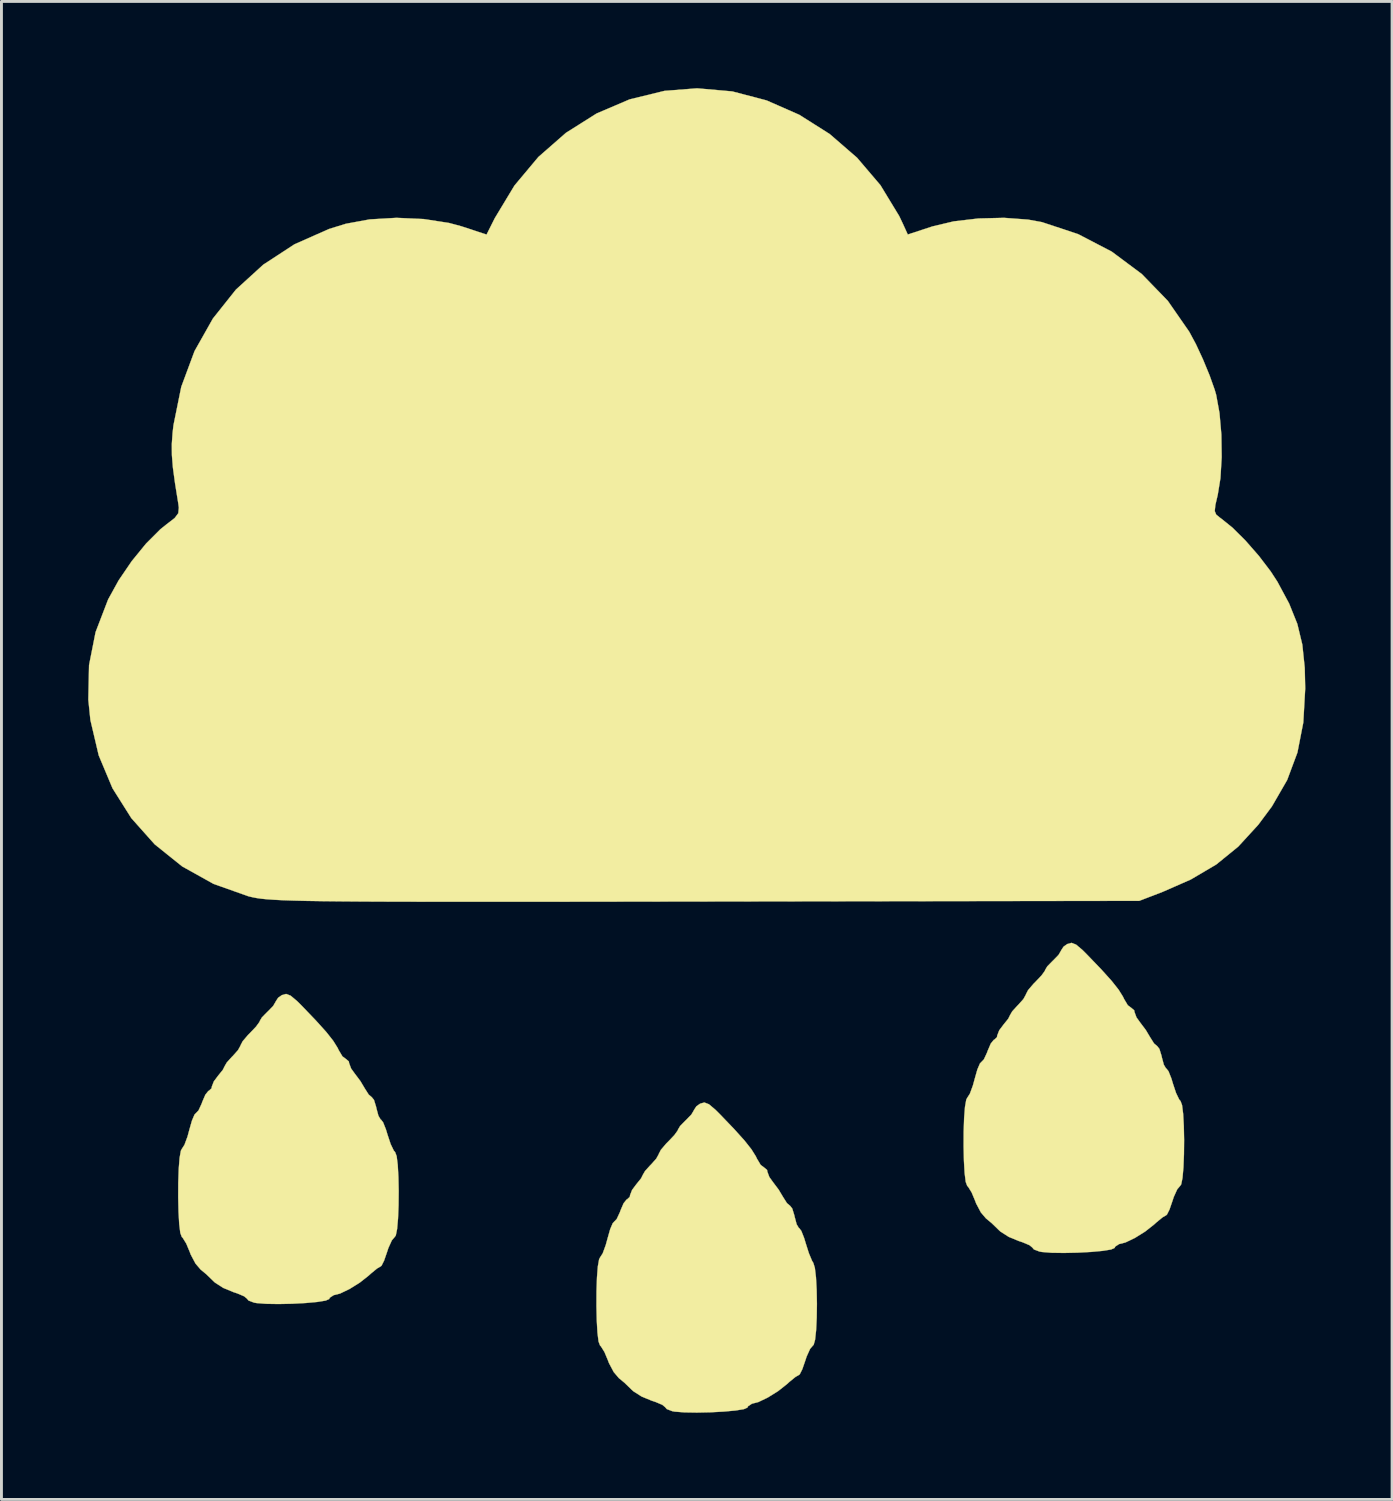
<source format=kicad_pcb>
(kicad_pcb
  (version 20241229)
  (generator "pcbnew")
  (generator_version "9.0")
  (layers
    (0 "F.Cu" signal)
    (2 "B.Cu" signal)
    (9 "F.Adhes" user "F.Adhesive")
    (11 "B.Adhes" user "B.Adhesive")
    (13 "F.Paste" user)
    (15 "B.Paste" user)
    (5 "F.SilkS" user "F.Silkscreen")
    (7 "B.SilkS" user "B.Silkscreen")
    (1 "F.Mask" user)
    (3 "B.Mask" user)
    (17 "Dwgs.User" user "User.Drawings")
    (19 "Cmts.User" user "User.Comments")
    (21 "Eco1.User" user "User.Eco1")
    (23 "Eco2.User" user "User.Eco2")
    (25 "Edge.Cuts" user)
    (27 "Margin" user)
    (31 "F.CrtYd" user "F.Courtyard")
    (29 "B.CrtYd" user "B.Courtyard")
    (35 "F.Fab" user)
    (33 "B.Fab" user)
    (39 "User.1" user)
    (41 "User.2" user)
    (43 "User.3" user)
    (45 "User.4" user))
  (footprint "RinCloudFilled"
    (layer "F.Cu")
    (at 21.283 23.417)
    (property "Reference" "RinCloudFilled" (at 0 0 0) (layer "F.SilkS") (effects (font (size 1.524 1.524) (thickness 0.3))))
    (attr through_hole)
    (fp_poly (pts (xy 0.995 -23.305) (xy 2.182 -22.994) (xy 3.315 -22.496) (xy 4.367 -21.83) (xy 5.311 -21.013) (xy 6.121 -20.062) (xy 6.771 -18.993) (xy 6.883 -18.758) (xy 7.067 -18.355) (xy 7.923 -18.636) (xy 8.657 -18.81) (xy 9.511 -18.91) (xy 10.397 -18.932) (xy 11.226 -18.871) (xy 11.706 -18.784) (xy 12.962 -18.367) (xy 14.121 -17.764) (xy 15.16 -16.99) (xy 16.061 -16.061) (xy 16.802 -14.993) (xy 17.035 -14.56) (xy 17.28 -14.031) (xy 17.507 -13.481) (xy 17.68 -12.995) (xy 17.734 -12.81) (xy 17.849 -12.179) (xy 17.914 -11.433) (xy 17.925 -10.655) (xy 17.882 -9.928) (xy 17.789 -9.355) (xy 17.706 -8.998) (xy 17.685 -8.789) (xy 17.736 -8.665) (xy 17.867 -8.559) (xy 17.899 -8.537) (xy 18.298 -8.216) (xy 18.753 -7.763) (xy 19.211 -7.239) (xy 19.62 -6.703) (xy 19.852 -6.346) (xy 20.259 -5.588) (xy 20.541 -4.887) (xy 20.714 -4.17) (xy 20.798 -3.365) (xy 20.814 -2.65) (xy 20.748 -1.476) (xy 20.545 -0.438) (xy 20.19 0.513) (xy 19.663 1.426) (xy 19.19 2.062) (xy 18.499 2.816) (xy 17.738 3.435) (xy 16.856 3.955) (xy 15.885 4.381) (xy 15.074 4.693) (xy 0.055 4.716) (xy -2.072 4.719) (xy -3.989 4.722) (xy -5.709 4.724) (xy -7.242 4.724) (xy -8.601 4.724) (xy -9.796 4.723) (xy -10.84 4.721) (xy -11.743 4.717) (xy -12.518 4.711) (xy -13.175 4.704) (xy -13.727 4.695) (xy -14.184 4.684) (xy -14.559 4.671) (xy -14.862 4.655) (xy -15.106 4.638) (xy -15.302 4.618) (xy -15.461 4.595) (xy -15.595 4.569) (xy -15.715 4.541) (xy -15.752 4.531) (xy -16.948 4.106) (xy -18.03 3.503) (xy -18.983 2.738) (xy -19.791 1.831) (xy -20.441 0.8) (xy -20.918 -0.337) (xy -21.206 -1.561) (xy -21.278 -2.264) (xy -21.253 -3.46) (xy -21.027 -4.602) (xy -20.593 -5.732) (xy -20.228 -6.394) (xy -19.774 -7.06) (xy -19.277 -7.669) (xy -18.786 -8.16) (xy -18.563 -8.338) (xy -18.291 -8.548) (xy -18.166 -8.714) (xy -18.147 -8.908) (xy -18.167 -9.056) (xy -18.279 -9.754) (xy -18.352 -10.292) (xy -18.387 -10.724) (xy -18.39 -11.106) (xy -18.363 -11.494) (xy -18.332 -11.761) (xy -18.063 -13.087) (xy -17.604 -14.322) (xy -16.969 -15.448) (xy -16.172 -16.45) (xy -15.227 -17.312) (xy -14.149 -18.016) (xy -12.951 -18.547) (xy -12.369 -18.727) (xy -11.546 -18.878) (xy -10.62 -18.932) (xy -9.678 -18.89) (xy -8.802 -18.755) (xy -8.362 -18.636) (xy -7.503 -18.353) (xy -7.217 -18.923) (xy -6.537 -20.05) (xy -5.71 -21.038) (xy -4.756 -21.873) (xy -3.696 -22.542) (xy -2.553 -23.03) (xy -1.347 -23.324) (xy -0.221 -23.412) (xy 0.995 -23.305)) (stroke (width 0.01) (type solid)) (fill yes) (layer "F.SilkS"))
    (fp_poly (pts (xy -14.278 7.974) (xy -14.053 8.164) (xy -13.892 8.325) (xy -13.401 8.837) (xy -13.047 9.23) (xy -12.807 9.534) (xy -12.655 9.778) (xy -12.618 9.856) (xy -12.489 10.072) (xy -12.371 10.16) (xy -12.267 10.248) (xy -12.258 10.305) (xy -12.189 10.492) (xy -12.065 10.664) (xy -11.867 10.927) (xy -11.715 11.182) (xy -11.58 11.394) (xy -11.473 11.485) (xy -11.472 11.485) (xy -11.396 11.582) (xy -11.323 11.819) (xy -11.312 11.872) (xy -11.244 12.126) (xy -11.168 12.255) (xy -11.156 12.258) (xy -11.081 12.355) (xy -10.983 12.601) (xy -10.928 12.783) (xy -10.821 13.105) (xy -10.712 13.332) (xy -10.665 13.386) (xy -10.613 13.525) (xy -10.575 13.829) (xy -10.552 14.247) (xy -10.542 14.728) (xy -10.547 15.222) (xy -10.565 15.677) (xy -10.597 16.042) (xy -10.642 16.267) (xy -10.674 16.313) (xy -10.779 16.437) (xy -10.898 16.699) (xy -10.947 16.847) (xy -11.047 17.137) (xy -11.136 17.314) (xy -11.166 17.338) (xy -11.286 17.407) (xy -11.497 17.58) (xy -11.58 17.655) (xy -11.885 17.896) (xy -12.24 18.118) (xy -12.571 18.277) (xy -12.79 18.332) (xy -12.924 18.419) (xy -12.947 18.467) (xy -13.068 18.52) (xy -13.356 18.567) (xy -13.759 18.604) (xy -14.224 18.629) (xy -14.697 18.639) (xy -15.127 18.632) (xy -15.459 18.606) (xy -15.544 18.591) (xy -15.737 18.518) (xy -15.792 18.452) (xy -15.888 18.372) (xy -16.129 18.27) (xy -16.26 18.227) (xy -16.608 18.083) (xy -16.896 17.899) (xy -16.951 17.848) (xy -17.198 17.608) (xy -17.394 17.446) (xy -17.571 17.239) (xy -17.736 16.927) (xy -17.768 16.841) (xy -17.891 16.547) (xy -18.013 16.35) (xy -18.044 16.32) (xy -18.096 16.181) (xy -18.134 15.872) (xy -18.158 15.446) (xy -18.169 14.952) (xy -18.167 14.444) (xy -18.151 13.971) (xy -18.121 13.585) (xy -18.077 13.337) (xy -18.045 13.276) (xy -17.952 13.131) (xy -17.846 12.844) (xy -17.785 12.617) (xy -17.694 12.296) (xy -17.604 12.085) (xy -17.557 12.037) (xy -17.466 11.943) (xy -17.359 11.711) (xy -17.338 11.651) (xy -17.23 11.399) (xy -17.126 11.269) (xy -17.109 11.264) (xy -17.015 11.176) (xy -17.007 11.12) (xy -16.937 10.939) (xy -16.786 10.738) (xy -16.626 10.54) (xy -16.563 10.413) (xy -16.489 10.285) (xy -16.311 10.088) (xy -16.287 10.066) (xy -16.101 9.858) (xy -16.014 9.701) (xy -16.013 9.691) (xy -15.939 9.549) (xy -15.755 9.333) (xy -15.682 9.26) (xy -15.475 9.042) (xy -15.359 8.882) (xy -15.35 8.854) (xy -15.275 8.727) (xy -15.091 8.539) (xy -15.074 8.524) (xy -14.885 8.33) (xy -14.799 8.183) (xy -14.798 8.177) (xy -14.712 8.045) (xy -14.583 7.954) (xy -14.437 7.913) (xy -14.278 7.974)) (stroke (width 0.01) (type solid)) (fill yes) (layer "F.SilkS"))
    (fp_poly (pts (xy 0.189 11.729) (xy 0.414 11.919) (xy 0.574 12.079) (xy 1.066 12.592) (xy 1.42 12.985) (xy 1.66 13.289) (xy 1.812 13.532) (xy 1.849 13.611) (xy 1.978 13.827) (xy 2.096 13.915) (xy 2.2 14.003) (xy 2.209 14.06) (xy 2.278 14.246) (xy 2.402 14.419) (xy 2.6 14.682) (xy 2.752 14.936) (xy 2.887 15.149) (xy 2.994 15.24) (xy 2.995 15.24) (xy 3.071 15.336) (xy 3.144 15.574) (xy 3.155 15.627) (xy 3.223 15.881) (xy 3.299 16.009) (xy 3.311 16.013) (xy 3.385 16.11) (xy 3.482 16.356) (xy 3.537 16.538) (xy 3.645 16.879) (xy 3.756 17.145) (xy 3.8 17.217) (xy 3.853 17.39) (xy 3.892 17.719) (xy 3.915 18.15) (xy 3.924 18.633) (xy 3.917 19.117) (xy 3.896 19.549) (xy 3.86 19.878) (xy 3.81 20.054) (xy 3.793 20.068) (xy 3.688 20.191) (xy 3.569 20.454) (xy 3.52 20.602) (xy 3.42 20.892) (xy 3.331 21.069) (xy 3.301 21.093) (xy 3.181 21.162) (xy 2.97 21.334) (xy 2.887 21.41) (xy 2.582 21.651) (xy 2.227 21.872) (xy 1.896 22.031) (xy 1.677 22.087) (xy 1.543 22.174) (xy 1.52 22.221) (xy 1.399 22.275) (xy 1.111 22.322) (xy 0.708 22.359) (xy 0.243 22.384) (xy -0.23 22.394) (xy -0.66 22.387) (xy -0.993 22.361) (xy -1.077 22.346) (xy -1.27 22.272) (xy -1.325 22.207) (xy -1.421 22.127) (xy -1.662 22.025) (xy -1.793 21.982) (xy -2.141 21.838) (xy -2.429 21.654) (xy -2.484 21.603) (xy -2.731 21.363) (xy -2.927 21.201) (xy -3.104 20.993) (xy -3.269 20.681) (xy -3.301 20.596) (xy -3.424 20.302) (xy -3.546 20.104) (xy -3.577 20.075) (xy -3.629 19.936) (xy -3.667 19.627) (xy -3.691 19.201) (xy -3.702 18.707) (xy -3.7 18.198) (xy -3.684 17.725) (xy -3.654 17.339) (xy -3.61 17.092) (xy -3.578 17.03) (xy -3.485 16.885) (xy -3.38 16.598) (xy -3.318 16.372) (xy -3.227 16.051) (xy -3.137 15.84) (xy -3.09 15.792) (xy -3 15.698) (xy -2.892 15.466) (xy -2.871 15.406) (xy -2.763 15.154) (xy -2.659 15.024) (xy -2.642 15.019) (xy -2.548 14.931) (xy -2.54 14.874) (xy -2.47 14.694) (xy -2.319 14.492) (xy -2.159 14.294) (xy -2.096 14.168) (xy -2.022 14.04) (xy -1.844 13.843) (xy -1.82 13.82) (xy -1.634 13.613) (xy -1.547 13.456) (xy -1.546 13.446) (xy -1.472 13.304) (xy -1.288 13.088) (xy -1.215 13.015) (xy -1.008 12.797) (xy -0.892 12.637) (xy -0.883 12.609) (xy -0.808 12.481) (xy -0.624 12.294) (xy -0.607 12.279) (xy -0.418 12.084) (xy -0.332 11.938) (xy -0.331 11.932) (xy -0.245 11.8) (xy -0.116 11.709) (xy 0.03 11.668) (xy 0.189 11.729)) (stroke (width 0.01) (type solid)) (fill yes) (layer "F.SilkS"))
    (fp_poly (pts (xy 12.889 6.207) (xy 13.114 6.397) (xy 13.274 6.558) (xy 13.766 7.07) (xy 14.12 7.463) (xy 14.36 7.767) (xy 14.512 8.011) (xy 14.549 8.089) (xy 14.678 8.305) (xy 14.796 8.393) (xy 14.9 8.481) (xy 14.909 8.538) (xy 14.978 8.725) (xy 15.102 8.897) (xy 15.3 9.16) (xy 15.452 9.415) (xy 15.587 9.628) (xy 15.694 9.718) (xy 15.695 9.718) (xy 15.771 9.815) (xy 15.844 10.052) (xy 15.855 10.105) (xy 15.923 10.359) (xy 15.999 10.488) (xy 16.011 10.491) (xy 16.086 10.588) (xy 16.184 10.834) (xy 16.239 11.016) (xy 16.346 11.338) (xy 16.455 11.565) (xy 16.502 11.619) (xy 16.554 11.758) (xy 16.592 12.062) (xy 16.615 12.48) (xy 16.625 12.961) (xy 16.62 13.455) (xy 16.602 13.91) (xy 16.57 14.275) (xy 16.525 14.5) (xy 16.493 14.546) (xy 16.388 14.67) (xy 16.269 14.932) (xy 16.22 15.08) (xy 16.12 15.371) (xy 16.031 15.547) (xy 16.001 15.571) (xy 15.881 15.64) (xy 15.67 15.813) (xy 15.587 15.888) (xy 15.282 16.129) (xy 14.927 16.351) (xy 14.596 16.51) (xy 14.377 16.565) (xy 14.243 16.652) (xy 14.22 16.7) (xy 14.099 16.753) (xy 13.811 16.8) (xy 13.408 16.837) (xy 12.943 16.862) (xy 12.47 16.872) (xy 12.04 16.866) (xy 11.707 16.839) (xy 11.623 16.824) (xy 11.43 16.751) (xy 11.375 16.685) (xy 11.279 16.605) (xy 11.038 16.503) (xy 10.907 16.46) (xy 10.559 16.316) (xy 10.271 16.132) (xy 10.216 16.081) (xy 9.969 15.841) (xy 9.773 15.679) (xy 9.596 15.472) (xy 9.431 15.16) (xy 9.399 15.074) (xy 9.276 14.78) (xy 9.154 14.583) (xy 9.123 14.554) (xy 9.071 14.414) (xy 9.033 14.105) (xy 9.009 13.679) (xy 8.998 13.185) (xy 9 12.677) (xy 9.016 12.204) (xy 9.046 11.818) (xy 9.09 11.57) (xy 9.122 11.509) (xy 9.215 11.364) (xy 9.32 11.077) (xy 9.382 10.85) (xy 9.473 10.529) (xy 9.563 10.318) (xy 9.61 10.27) (xy 9.7 10.176) (xy 9.808 9.944) (xy 9.829 9.884) (xy 9.937 9.632) (xy 10.041 9.502) (xy 10.058 9.497) (xy 10.152 9.409) (xy 10.16 9.353) (xy 10.23 9.172) (xy 10.381 8.971) (xy 10.541 8.773) (xy 10.604 8.646) (xy 10.678 8.518) (xy 10.856 8.321) (xy 10.88 8.299) (xy 11.066 8.091) (xy 11.153 7.934) (xy 11.154 7.924) (xy 11.228 7.782) (xy 11.412 7.566) (xy 11.485 7.493) (xy 11.692 7.275) (xy 11.808 7.115) (xy 11.817 7.087) (xy 11.892 6.96) (xy 12.076 6.772) (xy 12.093 6.757) (xy 12.282 6.563) (xy 12.368 6.416) (xy 12.369 6.41) (xy 12.455 6.278) (xy 12.584 6.187) (xy 12.73 6.146) (xy 12.889 6.207)) (stroke (width 0.01) (type solid)) (fill yes) (layer "F.SilkS")))
  (gr_rect
    (start -3 -3)
    (end 45.102 48.816)
    (stroke (width 0.1) (type default))
    (fill no)
    (layer "Edge.Cuts")))
</source>
